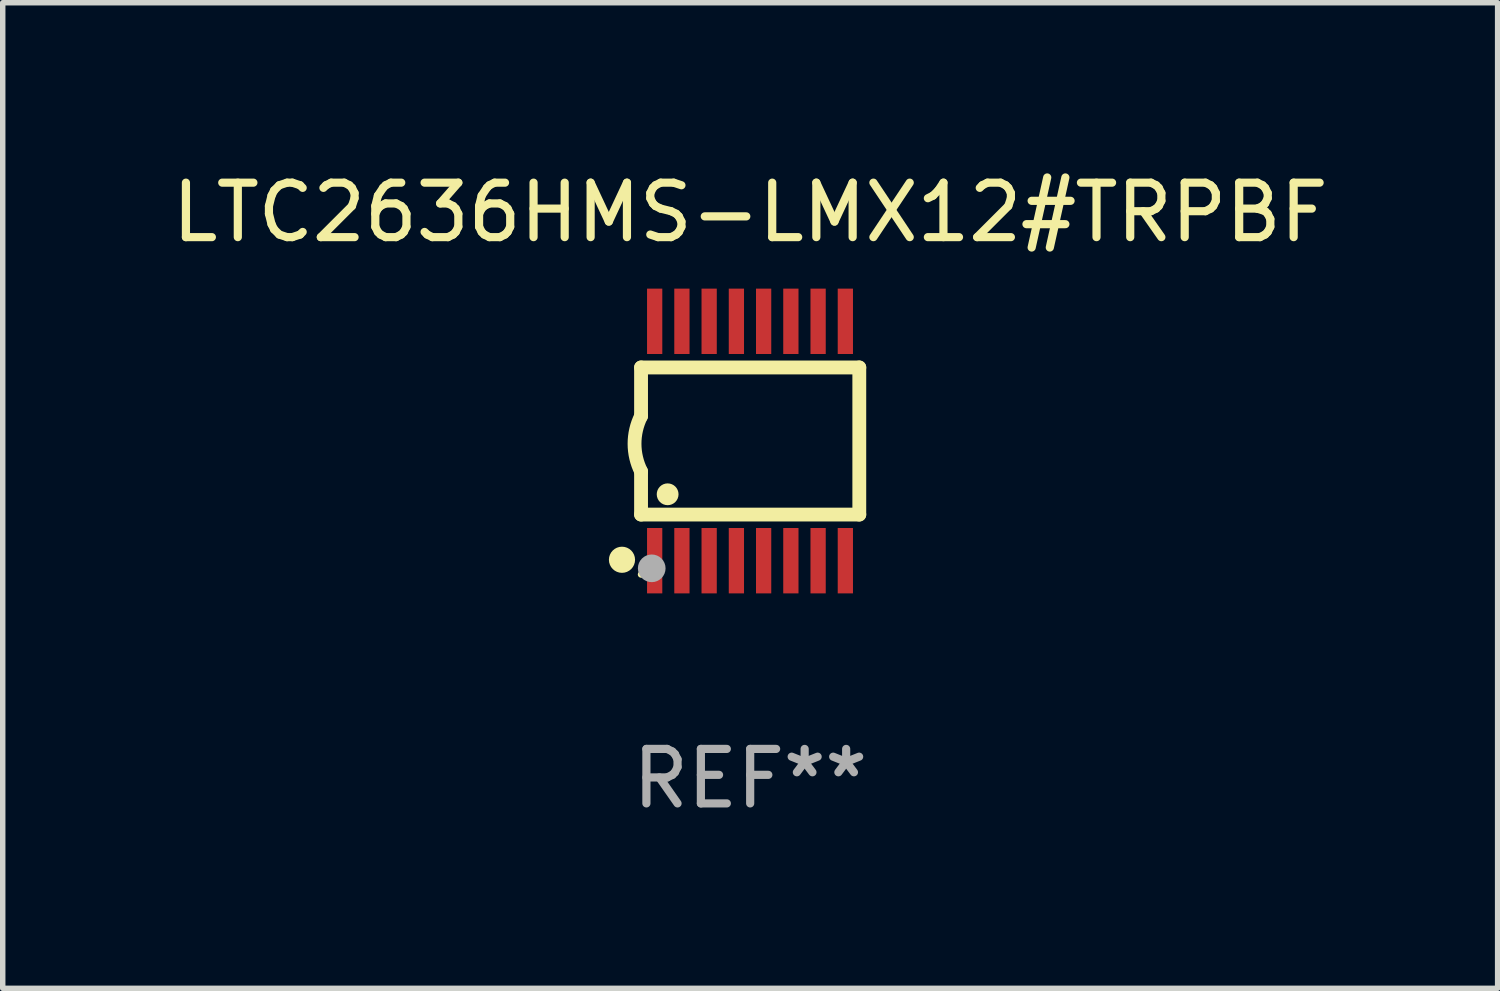
<source format=kicad_pcb>
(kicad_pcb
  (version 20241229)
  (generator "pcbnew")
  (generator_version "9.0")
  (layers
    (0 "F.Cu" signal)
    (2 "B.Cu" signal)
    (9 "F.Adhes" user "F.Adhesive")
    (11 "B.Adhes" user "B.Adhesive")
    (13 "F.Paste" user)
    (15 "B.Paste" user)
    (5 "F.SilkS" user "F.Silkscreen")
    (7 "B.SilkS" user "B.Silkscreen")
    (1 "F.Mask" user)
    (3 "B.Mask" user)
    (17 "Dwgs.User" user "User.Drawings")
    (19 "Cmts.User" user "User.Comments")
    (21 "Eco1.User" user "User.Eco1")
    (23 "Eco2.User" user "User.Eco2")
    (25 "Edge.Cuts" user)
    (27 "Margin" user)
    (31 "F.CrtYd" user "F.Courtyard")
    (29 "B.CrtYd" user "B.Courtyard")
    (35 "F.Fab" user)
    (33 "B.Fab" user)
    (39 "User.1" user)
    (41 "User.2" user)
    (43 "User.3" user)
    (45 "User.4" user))
  (footprint "LTC2636HMS-LMX12#TRPBF"
    (layer "F.Cu")
    (at 10.72 5.045)
    (property "Reference" "LTC2636HMS-LMX12#TRPBF" (at 0 -4.197 0) (layer "F.SilkS") (effects (font (size 1 1) (thickness 0.15))))
    (attr through_hole)
    (fp_line (start -2.003 -1.35) (end -2.003 -0.457) (stroke (width 0.254) (type solid)) (layer "F.SilkS"))
    (fp_line (start -2.003 -1.35) (end 2.003 -1.35) (stroke (width 0.254) (type solid)) (layer "F.SilkS"))
    (fp_line (start -2.003 1.35) (end -2.003 0.559) (stroke (width 0.254) (type solid)) (layer "F.SilkS"))
    (fp_line (start -2.003 1.35) (end 2.003 1.35) (stroke (width 0.254) (type solid)) (layer "F.SilkS"))
    (fp_line (start 2.003 -1.35) (end 2.003 1.35) (stroke (width 0.254) (type solid)) (layer "F.SilkS"))
    (fp_arc (start -2.002286 0.558802) (mid -2.122556 0.05092) (end -2.003302 -0.457201) (stroke (width 0.254001) (type solid)) (layer "F.SilkS"))
    (fp_circle (center -2.353 2.18) (end -2.233 2.18) (stroke (width 0.24) (type solid)) (fill no) (layer "F.SilkS"))
    (fp_circle (center -2.003 2.45) (end -1.973 2.45) (stroke (width 0.06) (type solid)) (fill no) (layer "F.SilkS"))
    (fp_circle (center -1.515 0.978) (end -1.415 0.978) (stroke (width 0.2) (type solid)) (fill no) (layer "F.SilkS"))
    (fp_circle (center -1.807 2.337) (end -1.68 2.337) (stroke (width 0.254) (type solid)) (fill no) (layer "F.Fab"))
    (fp_text user "REF**" (at 0 6.197 0) (layer "F.Fab") (effects (font (size 1 1) (thickness 0.15))))
    (pad "1" smd rect (at -1.753 2.197 90) (size 1.2 0.28) (layers "F.Cu" "F.Mask" "F.Paste"))
    (pad "2" smd rect (at -1.253 2.197 90) (size 1.2 0.28) (layers "F.Cu" "F.Mask" "F.Paste"))
    (pad "3" smd rect (at -0.753 2.197 90) (size 1.2 0.28) (layers "F.Cu" "F.Mask" "F.Paste"))
    (pad "4" smd rect (at -0.253 2.197 90) (size 1.2 0.28) (layers "F.Cu" "F.Mask" "F.Paste"))
    (pad "5" smd rect (at 0.247 2.197 90) (size 1.2 0.28) (layers "F.Cu" "F.Mask" "F.Paste"))
    (pad "6" smd rect (at 0.747 2.197 90) (size 1.2 0.28) (layers "F.Cu" "F.Mask" "F.Paste"))
    (pad "7" smd rect (at 1.247 2.197 90) (size 1.2 0.28) (layers "F.Cu" "F.Mask" "F.Paste"))
    (pad "8" smd rect (at 1.747 2.197 90) (size 1.2 0.28) (layers "F.Cu" "F.Mask" "F.Paste"))
    (pad "9" smd rect (at 1.747 -2.197 90) (size 1.2 0.28) (layers "F.Cu" "F.Mask" "F.Paste"))
    (pad "10" smd rect (at 1.247 -2.197 90) (size 1.2 0.28) (layers "F.Cu" "F.Mask" "F.Paste"))
    (pad "11" smd rect (at 0.747 -2.197 90) (size 1.2 0.28) (layers "F.Cu" "F.Mask" "F.Paste"))
    (pad "12" smd rect (at 0.247 -2.197 90) (size 1.2 0.28) (layers "F.Cu" "F.Mask" "F.Paste"))
    (pad "13" smd rect (at -0.253 -2.197 90) (size 1.2 0.28) (layers "F.Cu" "F.Mask" "F.Paste"))
    (pad "14" smd rect (at -0.753 -2.197 90) (size 1.2 0.28) (layers "F.Cu" "F.Mask" "F.Paste"))
    (pad "15" smd rect (at -1.253 -2.197 90) (size 1.2 0.28) (layers "F.Cu" "F.Mask" "F.Paste"))
    (pad "16" smd rect (at -1.753 -2.197 90) (size 1.2 0.28) (layers "F.Cu" "F.Mask" "F.Paste")))
  (gr_rect
    (start -3 -3)
    (end 24.44 15.091)
    (stroke (width 0.1) (type default))
    (fill no)
    (layer "Edge.Cuts")))
</source>
